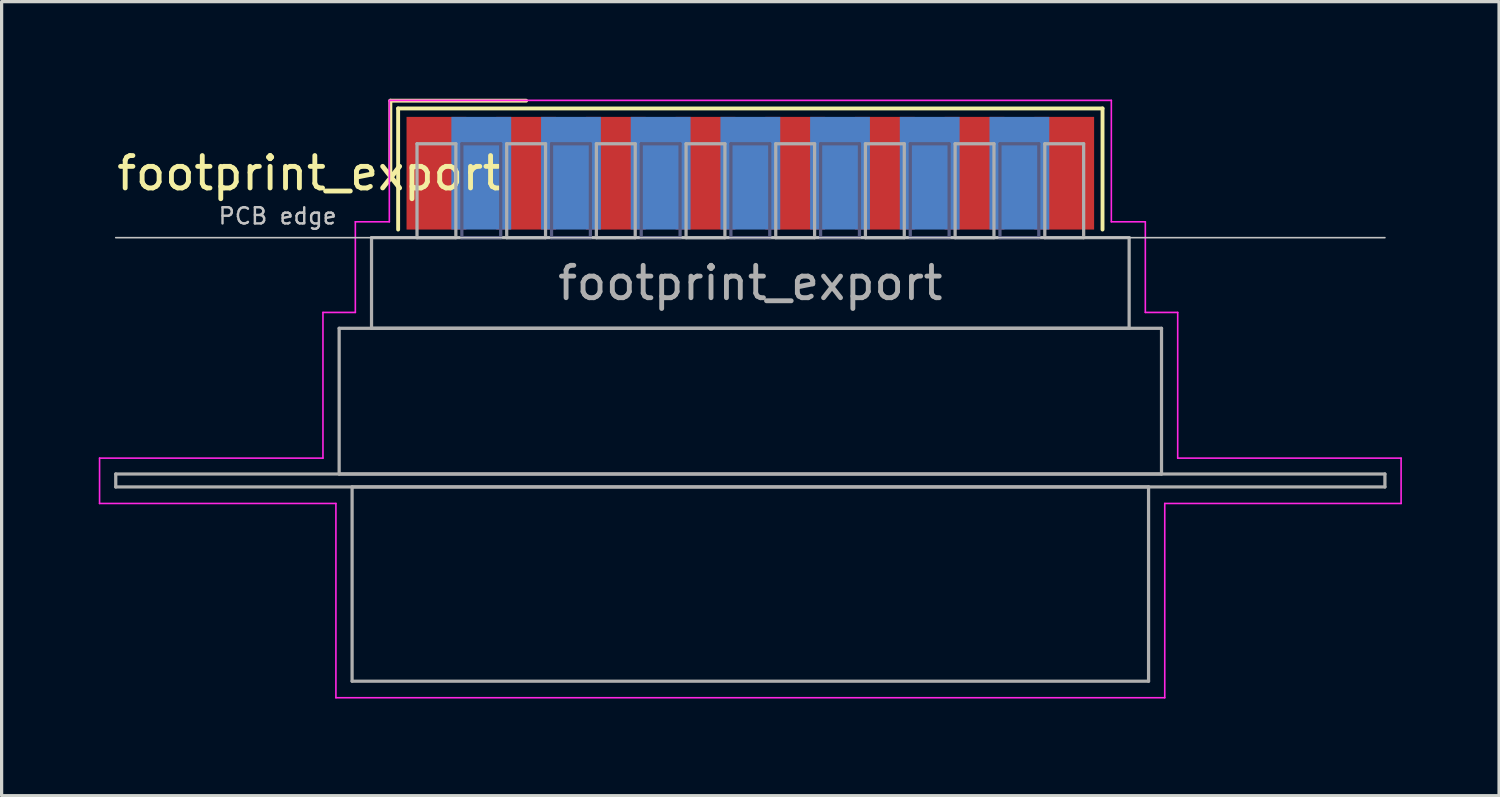
<source format=kicad_pcb>
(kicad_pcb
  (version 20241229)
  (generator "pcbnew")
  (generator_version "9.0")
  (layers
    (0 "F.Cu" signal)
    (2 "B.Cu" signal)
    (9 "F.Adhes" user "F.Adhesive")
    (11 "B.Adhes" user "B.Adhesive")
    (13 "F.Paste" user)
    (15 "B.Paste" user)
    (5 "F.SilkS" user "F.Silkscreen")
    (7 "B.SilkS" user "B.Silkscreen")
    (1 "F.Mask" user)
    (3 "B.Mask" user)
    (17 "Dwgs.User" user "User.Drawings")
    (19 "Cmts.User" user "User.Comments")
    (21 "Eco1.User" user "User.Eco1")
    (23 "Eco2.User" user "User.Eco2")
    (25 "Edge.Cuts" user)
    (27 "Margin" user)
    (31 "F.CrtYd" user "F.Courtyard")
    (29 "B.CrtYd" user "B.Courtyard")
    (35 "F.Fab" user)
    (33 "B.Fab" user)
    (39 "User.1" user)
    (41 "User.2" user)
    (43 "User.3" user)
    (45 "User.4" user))
  (footprint "footprint_export"
    (layer "F.Cu")
    (at 20.125 2.3)
    (property "Reference" "footprint_export" (at -13.618 0 0) (layer "F.SilkS") (effects (font (size 1 1) (thickness 0.15))))
    (attr smd)
    (fp_line (start -11.118 -2.24) (end -6.925 -2.24) (stroke (width 0.12) (type solid)) (layer "F.SilkS"))
    (fp_line (start -11.118 0) (end -11.118 -2.24) (stroke (width 0.12) (type solid)) (layer "F.SilkS"))
    (fp_line (start -10.878 -2) (end -10.878 1.74) (stroke (width 0.12) (type solid)) (layer "F.SilkS"))
    (fp_line (start 10.878 -2) (end -10.878 -2) (stroke (width 0.12) (type solid)) (layer "F.SilkS"))
    (fp_line (start 10.878 1.74) (end 10.878 -2) (stroke (width 0.12) (type solid)) (layer "F.SilkS"))
    (fp_line (start -19.6 1.99) (end 19.6 1.99) (stroke (width 0.05) (type solid)) (layer "Dwgs.User"))
    (fp_line (start -20.1 8.8) (end -13.2 8.8) (stroke (width 0.05) (type solid)) (layer "F.CrtYd"))
    (fp_line (start -20.1 10.2) (end -20.1 8.8) (stroke (width 0.05) (type solid)) (layer "F.CrtYd"))
    (fp_line (start -13.2 4.3) (end -12.2 4.3) (stroke (width 0.05) (type solid)) (layer "F.CrtYd"))
    (fp_line (start -13.2 8.8) (end -13.2 4.3) (stroke (width 0.05) (type solid)) (layer "F.CrtYd"))
    (fp_line (start -12.8 10.2) (end -20.1 10.2) (stroke (width 0.05) (type solid)) (layer "F.CrtYd"))
    (fp_line (start -12.8 16.2) (end -12.8 10.2) (stroke (width 0.05) (type solid)) (layer "F.CrtYd"))
    (fp_line (start -12.2 1.5) (end -11.15 1.5) (stroke (width 0.05) (type solid)) (layer "F.CrtYd"))
    (fp_line (start -12.2 4.3) (end -12.2 1.5) (stroke (width 0.05) (type solid)) (layer "F.CrtYd"))
    (fp_line (start -11.15 -2.25) (end 11.15 -2.25) (stroke (width 0.05) (type solid)) (layer "F.CrtYd"))
    (fp_line (start -11.15 1.5) (end -11.15 -2.25) (stroke (width 0.05) (type solid)) (layer "F.CrtYd"))
    (fp_line (start 11.15 -2.25) (end 11.15 1.5) (stroke (width 0.05) (type solid)) (layer "F.CrtYd"))
    (fp_line (start 11.15 1.5) (end 12.2 1.5) (stroke (width 0.05) (type solid)) (layer "F.CrtYd"))
    (fp_line (start 12.2 1.5) (end 12.2 4.3) (stroke (width 0.05) (type solid)) (layer "F.CrtYd"))
    (fp_line (start 12.2 4.3) (end 13.2 4.3) (stroke (width 0.05) (type solid)) (layer "F.CrtYd"))
    (fp_line (start 12.8 10.2) (end 12.8 16.2) (stroke (width 0.05) (type solid)) (layer "F.CrtYd"))
    (fp_line (start 12.8 16.2) (end -12.8 16.2) (stroke (width 0.05) (type solid)) (layer "F.CrtYd"))
    (fp_line (start 13.2 4.3) (end 13.2 8.8) (stroke (width 0.05) (type solid)) (layer "F.CrtYd"))
    (fp_line (start 13.2 8.8) (end 20.1 8.8) (stroke (width 0.05) (type solid)) (layer "F.CrtYd"))
    (fp_line (start 20.1 8.8) (end 20.1 10.2) (stroke (width 0.05) (type solid)) (layer "F.CrtYd"))
    (fp_line (start 20.1 10.2) (end 12.8 10.2) (stroke (width 0.05) (type solid)) (layer "F.CrtYd"))
    (fp_line (start -8.91 -0.91) (end -8.91 1.99) (stroke (width 0.1) (type solid)) (layer "B.Fab"))
    (fp_line (start -8.91 1.99) (end -7.71 1.99) (stroke (width 0.1) (type solid)) (layer "B.Fab"))
    (fp_line (start -7.71 -0.91) (end -8.91 -0.91) (stroke (width 0.1) (type solid)) (layer "B.Fab"))
    (fp_line (start -7.71 1.99) (end -7.71 -0.91) (stroke (width 0.1) (type solid)) (layer "B.Fab"))
    (fp_line (start -6.14 -0.91) (end -6.14 1.99) (stroke (width 0.1) (type solid)) (layer "B.Fab"))
    (fp_line (start -6.14 1.99) (end -4.94 1.99) (stroke (width 0.1) (type solid)) (layer "B.Fab"))
    (fp_line (start -4.94 -0.91) (end -6.14 -0.91) (stroke (width 0.1) (type solid)) (layer "B.Fab"))
    (fp_line (start -4.94 1.99) (end -4.94 -0.91) (stroke (width 0.1) (type solid)) (layer "B.Fab"))
    (fp_line (start -3.37 -0.91) (end -3.37 1.99) (stroke (width 0.1) (type solid)) (layer "B.Fab"))
    (fp_line (start -3.37 1.99) (end -2.17 1.99) (stroke (width 0.1) (type solid)) (layer "B.Fab"))
    (fp_line (start -2.17 -0.91) (end -3.37 -0.91) (stroke (width 0.1) (type solid)) (layer "B.Fab"))
    (fp_line (start -2.17 1.99) (end -2.17 -0.91) (stroke (width 0.1) (type solid)) (layer "B.Fab"))
    (fp_line (start -0.6 -0.91) (end -0.6 1.99) (stroke (width 0.1) (type solid)) (layer "B.Fab"))
    (fp_line (start -0.6 1.99) (end 0.6 1.99) (stroke (width 0.1) (type solid)) (layer "B.Fab"))
    (fp_line (start 0.6 -0.91) (end -0.6 -0.91) (stroke (width 0.1) (type solid)) (layer "B.Fab"))
    (fp_line (start 0.6 1.99) (end 0.6 -0.91) (stroke (width 0.1) (type solid)) (layer "B.Fab"))
    (fp_line (start 2.17 -0.91) (end 2.17 1.99) (stroke (width 0.1) (type solid)) (layer "B.Fab"))
    (fp_line (start 2.17 1.99) (end 3.37 1.99) (stroke (width 0.1) (type solid)) (layer "B.Fab"))
    (fp_line (start 3.37 -0.91) (end 2.17 -0.91) (stroke (width 0.1) (type solid)) (layer "B.Fab"))
    (fp_line (start 3.37 1.99) (end 3.37 -0.91) (stroke (width 0.1) (type solid)) (layer "B.Fab"))
    (fp_line (start 4.94 -0.91) (end 4.94 1.99) (stroke (width 0.1) (type solid)) (layer "B.Fab"))
    (fp_line (start 4.94 1.99) (end 6.14 1.99) (stroke (width 0.1) (type solid)) (layer "B.Fab"))
    (fp_line (start 6.14 -0.91) (end 4.94 -0.91) (stroke (width 0.1) (type solid)) (layer "B.Fab"))
    (fp_line (start 6.14 1.99) (end 6.14 -0.91) (stroke (width 0.1) (type solid)) (layer "B.Fab"))
    (fp_line (start 7.71 -0.91) (end 7.71 1.99) (stroke (width 0.1) (type solid)) (layer "B.Fab"))
    (fp_line (start 7.71 1.99) (end 8.91 1.99) (stroke (width 0.1) (type solid)) (layer "B.Fab"))
    (fp_line (start 8.91 -0.91) (end 7.71 -0.91) (stroke (width 0.1) (type solid)) (layer "B.Fab"))
    (fp_line (start 8.91 1.99) (end 8.91 -0.91) (stroke (width 0.1) (type solid)) (layer "B.Fab"))
    (fp_line (start -19.6 9.29) (end -19.6 9.69) (stroke (width 0.1) (type solid)) (layer "F.Fab"))
    (fp_line (start -19.6 9.69) (end 19.6 9.69) (stroke (width 0.1) (type solid)) (layer "F.Fab"))
    (fp_line (start -12.7 4.79) (end -12.7 9.29) (stroke (width 0.1) (type solid)) (layer "F.Fab"))
    (fp_line (start -12.7 9.29) (end 12.7 9.29) (stroke (width 0.1) (type solid)) (layer "F.Fab"))
    (fp_line (start -12.3 9.69) (end -12.3 15.69) (stroke (width 0.1) (type solid)) (layer "F.Fab"))
    (fp_line (start -12.3 15.69) (end 12.3 15.69) (stroke (width 0.1) (type solid)) (layer "F.Fab"))
    (fp_line (start -11.7 1.99) (end -11.7 4.79) (stroke (width 0.1) (type solid)) (layer "F.Fab"))
    (fp_line (start -11.7 4.79) (end 11.7 4.79) (stroke (width 0.1) (type solid)) (layer "F.Fab"))
    (fp_line (start -10.295 -0.91) (end -10.295 1.99) (stroke (width 0.1) (type solid)) (layer "F.Fab"))
    (fp_line (start -10.295 1.99) (end -9.095 1.99) (stroke (width 0.1) (type solid)) (layer "F.Fab"))
    (fp_line (start -9.095 -0.91) (end -10.295 -0.91) (stroke (width 0.1) (type solid)) (layer "F.Fab"))
    (fp_line (start -9.095 1.99) (end -9.095 -0.91) (stroke (width 0.1) (type solid)) (layer "F.Fab"))
    (fp_line (start -7.525 -0.91) (end -7.525 1.99) (stroke (width 0.1) (type solid)) (layer "F.Fab"))
    (fp_line (start -7.525 1.99) (end -6.325 1.99) (stroke (width 0.1) (type solid)) (layer "F.Fab"))
    (fp_line (start -6.325 -0.91) (end -7.525 -0.91) (stroke (width 0.1) (type solid)) (layer "F.Fab"))
    (fp_line (start -6.325 1.99) (end -6.325 -0.91) (stroke (width 0.1) (type solid)) (layer "F.Fab"))
    (fp_line (start -4.755 -0.91) (end -4.755 1.99) (stroke (width 0.1) (type solid)) (layer "F.Fab"))
    (fp_line (start -4.755 1.99) (end -3.555 1.99) (stroke (width 0.1) (type solid)) (layer "F.Fab"))
    (fp_line (start -3.555 -0.91) (end -4.755 -0.91) (stroke (width 0.1) (type solid)) (layer "F.Fab"))
    (fp_line (start -3.555 1.99) (end -3.555 -0.91) (stroke (width 0.1) (type solid)) (layer "F.Fab"))
    (fp_line (start -1.985 -0.91) (end -1.985 1.99) (stroke (width 0.1) (type solid)) (layer "F.Fab"))
    (fp_line (start -1.985 1.99) (end -0.785 1.99) (stroke (width 0.1) (type solid)) (layer "F.Fab"))
    (fp_line (start -0.785 -0.91) (end -1.985 -0.91) (stroke (width 0.1) (type solid)) (layer "F.Fab"))
    (fp_line (start -0.785 1.99) (end -0.785 -0.91) (stroke (width 0.1) (type solid)) (layer "F.Fab"))
    (fp_line (start 0.785 -0.91) (end 0.785 1.99) (stroke (width 0.1) (type solid)) (layer "F.Fab"))
    (fp_line (start 0.785 1.99) (end 1.985 1.99) (stroke (width 0.1) (type solid)) (layer "F.Fab"))
    (fp_line (start 1.985 -0.91) (end 0.785 -0.91) (stroke (width 0.1) (type solid)) (layer "F.Fab"))
    (fp_line (start 1.985 1.99) (end 1.985 -0.91) (stroke (width 0.1) (type solid)) (layer "F.Fab"))
    (fp_line (start 3.555 -0.91) (end 3.555 1.99) (stroke (width 0.1) (type solid)) (layer "F.Fab"))
    (fp_line (start 3.555 1.99) (end 4.755 1.99) (stroke (width 0.1) (type solid)) (layer "F.Fab"))
    (fp_line (start 4.755 -0.91) (end 3.555 -0.91) (stroke (width 0.1) (type solid)) (layer "F.Fab"))
    (fp_line (start 4.755 1.99) (end 4.755 -0.91) (stroke (width 0.1) (type solid)) (layer "F.Fab"))
    (fp_line (start 6.325 -0.91) (end 6.325 1.99) (stroke (width 0.1) (type solid)) (layer "F.Fab"))
    (fp_line (start 6.325 1.99) (end 7.525 1.99) (stroke (width 0.1) (type solid)) (layer "F.Fab"))
    (fp_line (start 7.525 -0.91) (end 6.325 -0.91) (stroke (width 0.1) (type solid)) (layer "F.Fab"))
    (fp_line (start 7.525 1.99) (end 7.525 -0.91) (stroke (width 0.1) (type solid)) (layer "F.Fab"))
    (fp_line (start 9.095 -0.91) (end 9.095 1.99) (stroke (width 0.1) (type solid)) (layer "F.Fab"))
    (fp_line (start 9.095 1.99) (end 10.295 1.99) (stroke (width 0.1) (type solid)) (layer "F.Fab"))
    (fp_line (start 10.295 -0.91) (end 9.095 -0.91) (stroke (width 0.1) (type solid)) (layer "F.Fab"))
    (fp_line (start 10.295 1.99) (end 10.295 -0.91) (stroke (width 0.1) (type solid)) (layer "F.Fab"))
    (fp_line (start 11.7 1.99) (end -11.7 1.99) (stroke (width 0.1) (type solid)) (layer "F.Fab"))
    (fp_line (start 11.7 4.79) (end 11.7 1.99) (stroke (width 0.1) (type solid)) (layer "F.Fab"))
    (fp_line (start 12.3 9.69) (end -12.3 9.69) (stroke (width 0.1) (type solid)) (layer "F.Fab"))
    (fp_line (start 12.3 15.69) (end 12.3 9.69) (stroke (width 0.1) (type solid)) (layer "F.Fab"))
    (fp_line (start 12.7 4.79) (end -12.7 4.79) (stroke (width 0.1) (type solid)) (layer "F.Fab"))
    (fp_line (start 12.7 9.29) (end 12.7 4.79) (stroke (width 0.1) (type solid)) (layer "F.Fab"))
    (fp_line (start 19.6 9.29) (end -19.6 9.29) (stroke (width 0.1) (type solid)) (layer "F.Fab"))
    (fp_line (start 19.6 9.69) (end 19.6 9.29) (stroke (width 0.1) (type solid)) (layer "F.Fab"))
    (fp_text user "PCB edge" (at -14.6 1.323 0) (layer "Dwgs.User") (effects (font (size 0.5 0.5) (thickness 0.075))))
    (fp_text user "${REFERENCE}" (at 0 3.39 0) (layer "F.Fab") (effects (font (size 1 1) (thickness 0.15))))
    (pad "1" smd rect (at -9.695 0) (size 1.847 3.48) (layers "F.Cu" "F.Mask" "F.Paste"))
    (pad "2" smd rect (at -6.925 0) (size 1.847 3.48) (layers "F.Cu" "F.Mask" "F.Paste"))
    (pad "3" smd rect (at -4.155 0) (size 1.847 3.48) (layers "F.Cu" "F.Mask" "F.Paste"))
    (pad "4" smd rect (at -1.385 0) (size 1.847 3.48) (layers "F.Cu" "F.Mask" "F.Paste"))
    (pad "5" smd rect (at 1.385 0) (size 1.847 3.48) (layers "F.Cu" "F.Mask" "F.Paste"))
    (pad "6" smd rect (at 4.155 0) (size 1.847 3.48) (layers "F.Cu" "F.Mask" "F.Paste"))
    (pad "7" smd rect (at 6.925 0) (size 1.847 3.48) (layers "F.Cu" "F.Mask" "F.Paste"))
    (pad "8" smd rect (at 9.695 0) (size 1.847 3.48) (layers "F.Cu" "F.Mask" "F.Paste"))
    (pad "9" smd rect (at -8.31 0) (size 1.847 3.48) (layers "B.Cu" "B.Mask" "B.Paste"))
    (pad "10" smd rect (at -5.54 0) (size 1.847 3.48) (layers "B.Cu" "B.Mask" "B.Paste"))
    (pad "11" smd rect (at -2.77 0) (size 1.847 3.48) (layers "B.Cu" "B.Mask" "B.Paste"))
    (pad "12" smd rect (at 0 0) (size 1.847 3.48) (layers "B.Cu" "B.Mask" "B.Paste"))
    (pad "13" smd rect (at 2.77 0) (size 1.847 3.48) (layers "B.Cu" "B.Mask" "B.Paste"))
    (pad "14" smd rect (at 5.54 0) (size 1.847 3.48) (layers "B.Cu" "B.Mask" "B.Paste"))
    (pad "15" smd rect (at 8.31 0) (size 1.847 3.48) (layers "B.Cu" "B.Mask" "B.Paste")))
  (gr_rect
    (start -3 -3)
    (end 43.25 21.525)
    (stroke (width 0.1) (type default))
    (fill no)
    (layer "Edge.Cuts")))
</source>
